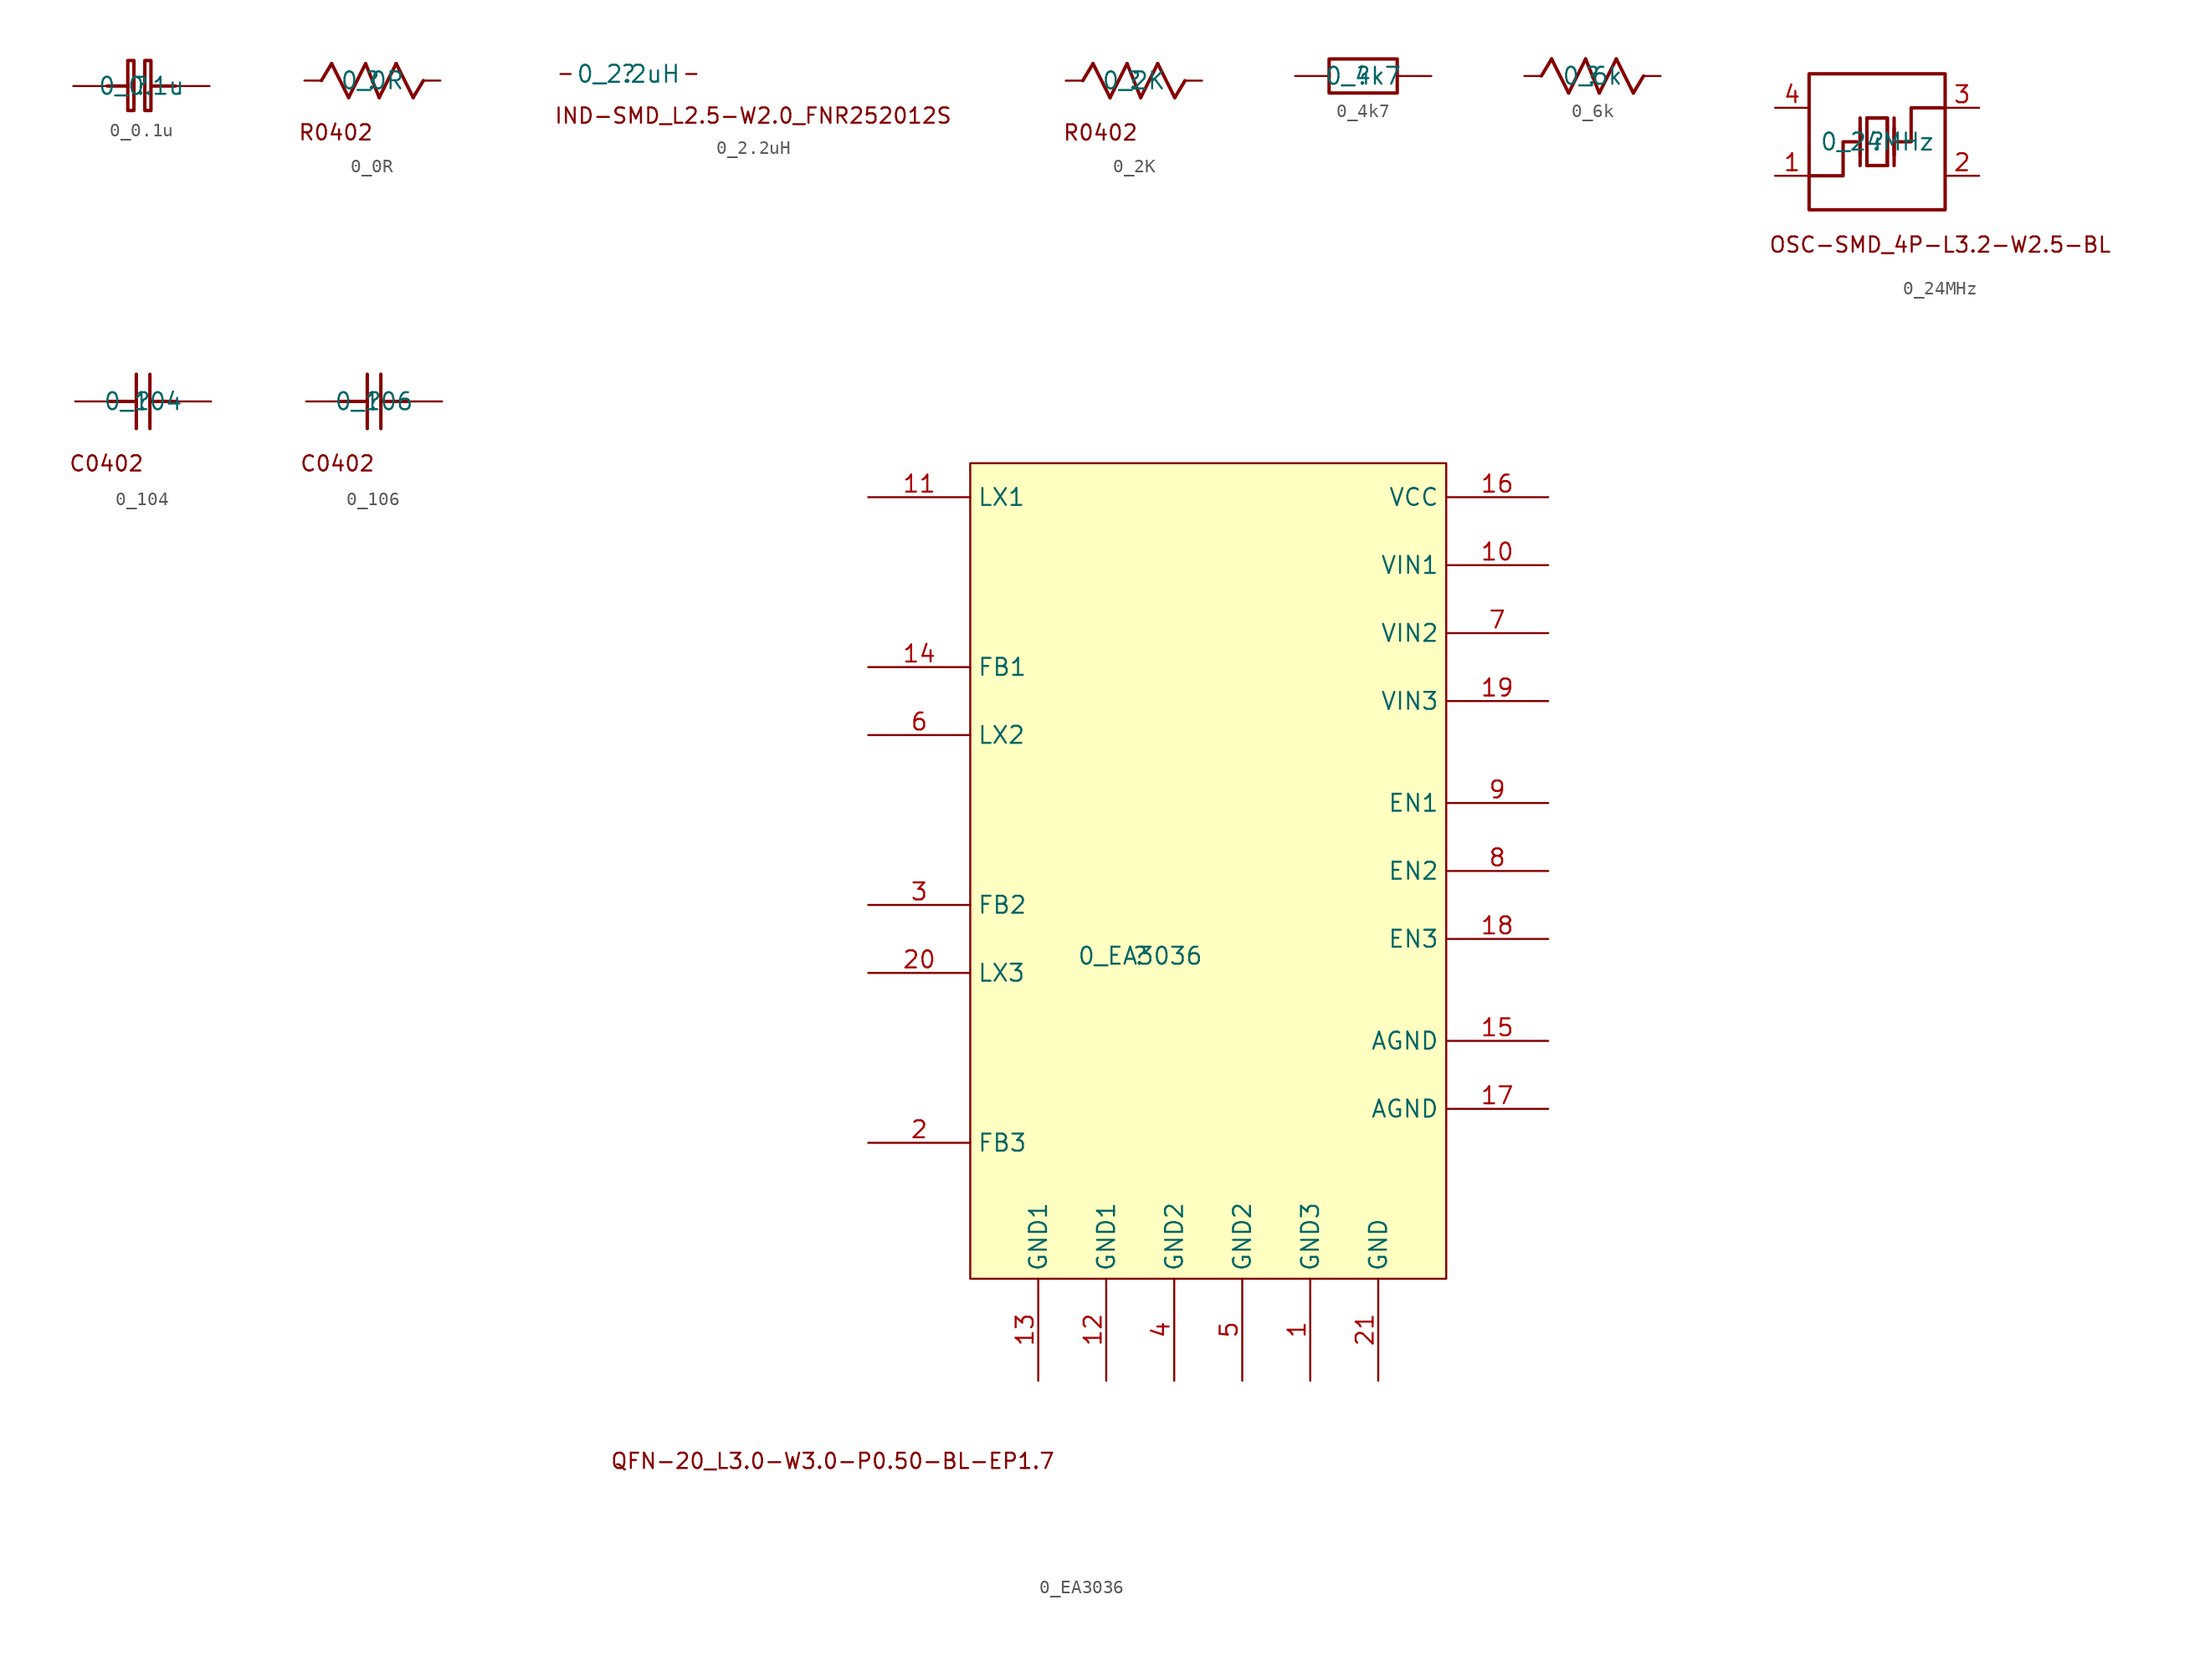
<source format=kicad_sym>
(kicad_symbol_lib
  (version 20211014)
  (generator kicad_symbol_editor)
  (symbol "0_0.1u"
    (property "Reference" ""
      (at 0 0 0)
      (effects (font (size 1.27 1.27))))
    (property "Value" "0_0.1u"
      (at 0 0 0)
      (effects (font (size 1.27 1.27))))
    (symbol "0_0.1u_1_0"
      (rectangle (start -0.559 1.905) (end -1.016 -1.829) (stroke (width 0.254) (type default) (color 0 0 0 0)) (fill (type none)))
      (polyline (pts (xy -2.54 0) (xy -1.016 0)) (stroke (width 0.254) (type default) (color 0 0 0 0)) (fill (type none)))
      (polyline (pts (xy 2.54 0) (xy 0.762 0)) (stroke (width 0.254) (type default) (color 0 0 0 0)) (fill (type none)))
      (rectangle (start 0.711 1.905) (end 0.254 -1.829) (stroke (width 0.254) (type default) (color 0 0 0 0)) (fill (type none)))
      (pin passive line (at -5.08 0 0) (length 2.54) (name "1" (effects (font (size 0 0)))) (number "1" (effects (font (size 0 0)))))
      (pin passive line (at 5.08 0 180) (length 2.54) (name "2" (effects (font (size 0 0)))) (number "2" (effects (font (size 0 0)))))))
  (symbol "0_0R"
    (property "Reference" ""
      (at 0 0 0)
      (effects (font (size 1.27 1.27))))
    (property "Value" "0_0R"
      (at 0 0 0)
      (effects (font (size 1.27 1.27))))
    (symbol "0_0R_1_0"
      (polyline (pts (xy -3.048 1.27) (xy -3.81 0)) (stroke (width 0.254) (type default) (color 0 0 0 0)) (fill (type none)))
      (polyline (pts (xy -1.778 -1.27) (xy -3.048 1.27)) (stroke (width 0.254) (type default) (color 0 0 0 0)) (fill (type none)))
      (polyline (pts (xy -0.508 1.27) (xy -1.778 -1.27)) (stroke (width 0.254) (type default) (color 0 0 0 0)) (fill (type none)))
      (polyline (pts (xy 0.508 -1.27) (xy -0.508 1.27)) (stroke (width 0.254) (type default) (color 0 0 0 0)) (fill (type none)))
      (polyline (pts (xy 1.778 1.27) (xy 0.508 -1.27)) (stroke (width 0.254) (type default) (color 0 0 0 0)) (fill (type none)))
      (polyline (pts (xy 3.048 -1.27) (xy 1.778 1.27)) (stroke (width 0.254) (type default) (color 0 0 0 0)) (fill (type none)))
      (polyline (pts (xy 3.81 0) (xy 3.048 -1.27)) (stroke (width 0.254) (type default) (color 0 0 0 0)) (fill (type none)))
      (text "R0402" (at -5.588 -4.551 0) (effects (font (size 1.143 1.143)) (justify left bottom)))
      (pin passive line (at -5.08 0 0) (length 1.27) (name "1" (effects (font (size 0 0)))) (number "1" (effects (font (size 0 0)))))
      (pin passive line (at 5.08 0 180) (length 1.27) (name "2" (effects (font (size 0 0)))) (number "2" (effects (font (size 0 0)))))))
  (symbol "0_2.2uH"
    (property "Reference" ""
      (at 0 0 0)
      (effects (font (size 1.27 1.27))))
    (property "Value" "0_2.2uH"
      (at 0 0 0)
      (effects (font (size 1.27 1.27))))
    (symbol "0_2.2uH_1_0"
      (text "IND-SMD_L2.5-W2.0_FNR252012S" (at -5.588 -3.789 0) (effects (font (size 1.143 1.143)) (justify left bottom)))
      (pin passive line (at -5.08 0 0) (length 0.762) (name "1" (effects (font (size 0 0)))) (number "1" (effects (font (size 0 0)))))
      (pin passive line (at 5.08 0 180) (length 0.762) (name "2" (effects (font (size 0 0)))) (number "2" (effects (font (size 0 0)))))))
  (symbol "0_2K"
    (property "Reference" ""
      (at 0 0 0)
      (effects (font (size 1.27 1.27))))
    (property "Value" "0_2K"
      (at 0 0 0)
      (effects (font (size 1.27 1.27))))
    (symbol "0_2K_1_0"
      (polyline (pts (xy -3.048 1.27) (xy -3.81 0)) (stroke (width 0.254) (type default) (color 0 0 0 0)) (fill (type none)))
      (polyline (pts (xy -1.778 -1.27) (xy -3.048 1.27)) (stroke (width 0.254) (type default) (color 0 0 0 0)) (fill (type none)))
      (polyline (pts (xy -0.508 1.27) (xy -1.778 -1.27)) (stroke (width 0.254) (type default) (color 0 0 0 0)) (fill (type none)))
      (polyline (pts (xy 0.508 -1.27) (xy -0.508 1.27)) (stroke (width 0.254) (type default) (color 0 0 0 0)) (fill (type none)))
      (polyline (pts (xy 1.778 1.27) (xy 0.508 -1.27)) (stroke (width 0.254) (type default) (color 0 0 0 0)) (fill (type none)))
      (polyline (pts (xy 3.048 -1.27) (xy 1.778 1.27)) (stroke (width 0.254) (type default) (color 0 0 0 0)) (fill (type none)))
      (polyline (pts (xy 3.81 0) (xy 3.048 -1.27)) (stroke (width 0.254) (type default) (color 0 0 0 0)) (fill (type none)))
      (text "R0402" (at -5.347 -4.551 0) (effects (font (size 1.143 1.143)) (justify left bottom)))
      (pin passive line (at -5.08 0 0) (length 1.27) (name "1" (effects (font (size 0 0)))) (number "1" (effects (font (size 0 0)))))
      (pin passive line (at 5.08 0 180) (length 1.27) (name "2" (effects (font (size 0 0)))) (number "2" (effects (font (size 0 0)))))))
  (symbol "0_4k7"
    (property "Reference" ""
      (at 0 0 0)
      (effects (font (size 1.27 1.27))))
    (property "Value" "0_4k7"
      (at 0 0 0)
      (effects (font (size 1.27 1.27))))
    (symbol "0_4k7_1_0"
      (rectangle (start 2.54 1.27) (end -2.54 -1.27) (stroke (width 0.254) (type default) (color 0 0 0 0)) (fill (type none)))
      (pin passive line (at -5.08 0 0) (length 2.54) (name "1" (effects (font (size 0 0)))) (number "1" (effects (font (size 0 0)))))
      (pin passive line (at 5.08 0 180) (length 2.54) (name "2" (effects (font (size 0 0)))) (number "2" (effects (font (size 0 0)))))))
  (symbol "0_6k"
    (property "Reference" ""
      (at 0 0 0)
      (effects (font (size 1.27 1.27))))
    (property "Value" "0_6k"
      (at 0 0 0)
      (effects (font (size 1.27 1.27))))
    (symbol "0_6k_1_0"
      (polyline (pts (xy -3.048 1.27) (xy -3.81 0)) (stroke (width 0.254) (type default) (color 0 0 0 0)) (fill (type none)))
      (polyline (pts (xy -1.778 -1.27) (xy -3.048 1.27)) (stroke (width 0.254) (type default) (color 0 0 0 0)) (fill (type none)))
      (polyline (pts (xy -0.508 1.27) (xy -1.778 -1.27)) (stroke (width 0.254) (type default) (color 0 0 0 0)) (fill (type none)))
      (polyline (pts (xy 0.508 -1.27) (xy -0.508 1.27)) (stroke (width 0.254) (type default) (color 0 0 0 0)) (fill (type none)))
      (polyline (pts (xy 1.778 1.27) (xy 0.508 -1.27)) (stroke (width 0.254) (type default) (color 0 0 0 0)) (fill (type none)))
      (polyline (pts (xy 3.048 -1.27) (xy 1.778 1.27)) (stroke (width 0.254) (type default) (color 0 0 0 0)) (fill (type none)))
      (polyline (pts (xy 3.81 0) (xy 3.048 -1.27)) (stroke (width 0.254) (type default) (color 0 0 0 0)) (fill (type none)))
      (pin passive line (at -5.08 0 0) (length 1.27) (name "1" (effects (font (size 0 0)))) (number "1" (effects (font (size 0 0)))))
      (pin passive line (at 5.08 0 180) (length 1.27) (name "2" (effects (font (size 0 0)))) (number "2" (effects (font (size 0 0)))))))
  (symbol "0_24MHz"
    (property "Reference" ""
      (at 0 0 0)
      (effects (font (size 1.27 1.27))))
    (property "Value" "0_24MHz"
      (at 0 0 0)
      (effects (font (size 1.27 1.27))))
    (symbol "0_24MHz_1_0"
      (polyline (pts (xy -1.27 -1.778) (xy -1.27 1.778)) (stroke (width 0.254) (type default) (color 0 0 0 0)) (fill (type none)))
      (polyline (pts (xy -1.27 -1.016) (xy -1.27 1.016)) (stroke (width 0.254) (type default) (color 0 0 0 0)) (fill (type none)))
      (polyline (pts (xy 0.762 -1.778) (xy -0.762 -1.778)) (stroke (width 0.254) (type default) (color 0 0 0 0)) (fill (type none)))
      (polyline (pts (xy 1.27 -1.778) (xy 1.27 1.778)) (stroke (width 0.254) (type default) (color 0 0 0 0)) (fill (type none)))
      (polyline (pts (xy 1.27 -1.016) (xy 1.27 1.016)) (stroke (width 0.254) (type default) (color 0 0 0 0)) (fill (type none)))
      (polyline (pts (xy -5.08 -2.54) (xy -2.54 -2.54) (xy -2.54 -2.54) (xy -2.54 0) (xy -2.54 0) (xy -1.524 0)) (stroke (width 0.254) (type default) (color 0 0 0 0)) (fill (type none)))
      (polyline (pts (xy -0.762 -1.778) (xy -0.762 1.778) (xy -0.762 1.778) (xy 0.762 1.778) (xy 0.762 1.778) (xy 0.762 -1.778)) (stroke (width 0.254) (type default) (color 0 0 0 0)) (fill (type none)))
      (polyline (pts (xy 5.08 2.54) (xy 2.54 2.54) (xy 2.54 2.54) (xy 2.54 0) (xy 2.54 0) (xy 1.524 0)) (stroke (width 0.254) (type default) (color 0 0 0 0)) (fill (type none)))
      (polyline (pts (xy 0.762 1.778) (xy 0.762 -1.778) (xy 0.762 -1.778) (xy -0.762 -1.778) (xy -0.762 -1.778) (xy -0.762 1.778) (xy -0.762 1.778) (xy 0.762 1.778)) (stroke (width 0.254) (type default) (color 0 0 0 0)) (fill (type none)))
      (rectangle (start 5.08 5.08) (end -5.08 -5.08) (stroke (width 0.254) (type default) (color 0 0 0 0)) (fill (type none)))
      (text "OSC-SMD_4P-L3.2-W2.5-BL" (at -8.128 -8.361 0) (effects (font (size 1.143 1.143)) (justify left bottom)))
      (pin passive line (at -7.62 -2.54 0) (length 2.54) (name "OSC1" (effects (font (size 0 0)))) (number "1" (effects (font (size 1.27 1.27)))))
      (pin passive line (at 7.62 -2.54 180) (length 2.54) (name "GND" (effects (font (size 0 0)))) (number "2" (effects (font (size 1.27 1.27)))))
      (pin passive line (at 7.62 2.54 180) (length 2.54) (name "OSC2" (effects (font (size 0 0)))) (number "3" (effects (font (size 1.27 1.27)))))
      (pin passive line (at -7.62 2.54 0) (length 2.54) (name "GND" (effects (font (size 0 0)))) (number "4" (effects (font (size 1.27 1.27)))))))
  (symbol "0_104"
    (property "Reference" ""
      (at 0 0 0)
      (effects (font (size 1.27 1.27))))
    (property "Value" "0_104"
      (at 0 0 0)
      (effects (font (size 1.27 1.27))))
    (symbol "0_104_1_0"
      (polyline (pts (xy -0.508 -2.032) (xy -0.508 2.032)) (stroke (width 0.254) (type default) (color 0 0 0 0)) (fill (type none)))
      (polyline (pts (xy -0.508 0) (xy -2.54 0)) (stroke (width 0.254) (type default) (color 0 0 0 0)) (fill (type none)))
      (polyline (pts (xy 0.508 2.032) (xy 0.508 -2.032)) (stroke (width 0.254) (type default) (color 0 0 0 0)) (fill (type none)))
      (polyline (pts (xy 2.54 0) (xy 0.508 0)) (stroke (width 0.254) (type default) (color 0 0 0 0)) (fill (type none)))
      (text "C0402" (at -5.588 -5.313 0) (effects (font (size 1.143 1.143)) (justify left bottom)))
      (pin passive line (at -5.08 0 0) (length 2.54) (name "1" (effects (font (size 0 0)))) (number "1" (effects (font (size 0 0)))))
      (pin passive line (at 5.08 0 180) (length 2.54) (name "2" (effects (font (size 0 0)))) (number "2" (effects (font (size 0 0)))))))
  (symbol "0_106"
    (property "Reference" ""
      (at 0 0 0)
      (effects (font (size 1.27 1.27))))
    (property "Value" "0_106"
      (at 0 0 0)
      (effects (font (size 1.27 1.27))))
    (symbol "0_106_1_0"
      (polyline (pts (xy -0.508 -2.032) (xy -0.508 2.032)) (stroke (width 0.254) (type default) (color 0 0 0 0)) (fill (type none)))
      (polyline (pts (xy -0.508 0) (xy -2.54 0)) (stroke (width 0.254) (type default) (color 0 0 0 0)) (fill (type none)))
      (polyline (pts (xy 0.508 2.032) (xy 0.508 -2.032)) (stroke (width 0.254) (type default) (color 0 0 0 0)) (fill (type none)))
      (polyline (pts (xy 2.54 0) (xy 0.508 0)) (stroke (width 0.254) (type default) (color 0 0 0 0)) (fill (type none)))
      (text "C0402" (at -5.588 -5.313 0) (effects (font (size 1.143 1.143)) (justify left bottom)))
      (pin passive line (at -5.08 0 0) (length 2.54) (name "1" (effects (font (size 0 0)))) (number "1" (effects (font (size 0 0)))))
      (pin passive line (at 5.08 0 180) (length 2.54) (name "2" (effects (font (size 0 0)))) (number "2" (effects (font (size 0 0)))))))
  (symbol "0_EA3036"
    (property "Reference" ""
      (at 0 0 0)
      (effects (font (size 1.27 1.27))))
    (property "Value" "0_EA3036"
      (at 0 0 0)
      (effects (font (size 1.27 1.27))))
    (symbol "0_EA3036_1_0"
      (rectangle (start 22.86 36.83) (end -12.7 -24.13) (stroke (width 0) (type default) (color 0 0 0 0)) (fill (type background)))
      (text "QFN-20_L3.0-W3.0-P0.50-BL-EP1.7" (at -39.622 -38.422 0) (effects (font (size 1.143 1.143)) (justify left bottom)))
      (pin passive line (at 12.7 -31.75 90) (length 7.62) (name "GND3" (effects (font (size 1.27 1.27)))) (number "1" (effects (font (size 1.27 1.27)))))
      (pin passive line (at 30.48 29.21 180) (length 7.62) (name "VIN1" (effects (font (size 1.27 1.27)))) (number "10" (effects (font (size 1.27 1.27)))))
      (pin passive line (at -20.32 34.29 0) (length 7.62) (name "LX1" (effects (font (size 1.27 1.27)))) (number "11" (effects (font (size 1.27 1.27)))))
      (pin passive line (at -2.54 -31.75 90) (length 7.62) (name "GND1" (effects (font (size 1.27 1.27)))) (number "12" (effects (font (size 1.27 1.27)))))
      (pin passive line (at -7.62 -31.75 90) (length 7.62) (name "GND1" (effects (font (size 1.27 1.27)))) (number "13" (effects (font (size 1.27 1.27)))))
      (pin passive line (at -20.32 21.59 0) (length 7.62) (name "FB1" (effects (font (size 1.27 1.27)))) (number "14" (effects (font (size 1.27 1.27)))))
      (pin passive line (at 30.48 -6.35 180) (length 7.62) (name "AGND" (effects (font (size 1.27 1.27)))) (number "15" (effects (font (size 1.27 1.27)))))
      (pin passive line (at 30.48 34.29 180) (length 7.62) (name "VCC" (effects (font (size 1.27 1.27)))) (number "16" (effects (font (size 1.27 1.27)))))
      (pin passive line (at 30.48 -11.43 180) (length 7.62) (name "AGND" (effects (font (size 1.27 1.27)))) (number "17" (effects (font (size 1.27 1.27)))))
      (pin passive line (at 30.48 1.27 180) (length 7.62) (name "EN3" (effects (font (size 1.27 1.27)))) (number "18" (effects (font (size 1.27 1.27)))))
      (pin passive line (at 30.48 19.05 180) (length 7.62) (name "VIN3" (effects (font (size 1.27 1.27)))) (number "19" (effects (font (size 1.27 1.27)))))
      (pin passive line (at -20.32 -13.97 0) (length 7.62) (name "FB3" (effects (font (size 1.27 1.27)))) (number "2" (effects (font (size 1.27 1.27)))))
      (pin passive line (at -20.32 -1.27 0) (length 7.62) (name "LX3" (effects (font (size 1.27 1.27)))) (number "20" (effects (font (size 1.27 1.27)))))
      (pin passive line (at 17.78 -31.75 90) (length 7.62) (name "GND" (effects (font (size 1.27 1.27)))) (number "21" (effects (font (size 1.27 1.27)))))
      (pin passive line (at -20.32 3.81 0) (length 7.62) (name "FB2" (effects (font (size 1.27 1.27)))) (number "3" (effects (font (size 1.27 1.27)))))
      (pin passive line (at 2.54 -31.75 90) (length 7.62) (name "GND2" (effects (font (size 1.27 1.27)))) (number "4" (effects (font (size 1.27 1.27)))))
      (pin passive line (at 7.62 -31.75 90) (length 7.62) (name "GND2" (effects (font (size 1.27 1.27)))) (number "5" (effects (font (size 1.27 1.27)))))
      (pin passive line (at -20.32 16.51 0) (length 7.62) (name "LX2" (effects (font (size 1.27 1.27)))) (number "6" (effects (font (size 1.27 1.27)))))
      (pin passive line (at 30.48 24.13 180) (length 7.62) (name "VIN2" (effects (font (size 1.27 1.27)))) (number "7" (effects (font (size 1.27 1.27)))))
      (pin passive line (at 30.48 6.35 180) (length 7.62) (name "EN2" (effects (font (size 1.27 1.27)))) (number "8" (effects (font (size 1.27 1.27)))))
      (pin passive line (at 30.48 11.43 180) (length 7.62) (name "EN1" (effects (font (size 1.27 1.27)))) (number "9" (effects (font (size 1.27 1.27))))))))
</source>
